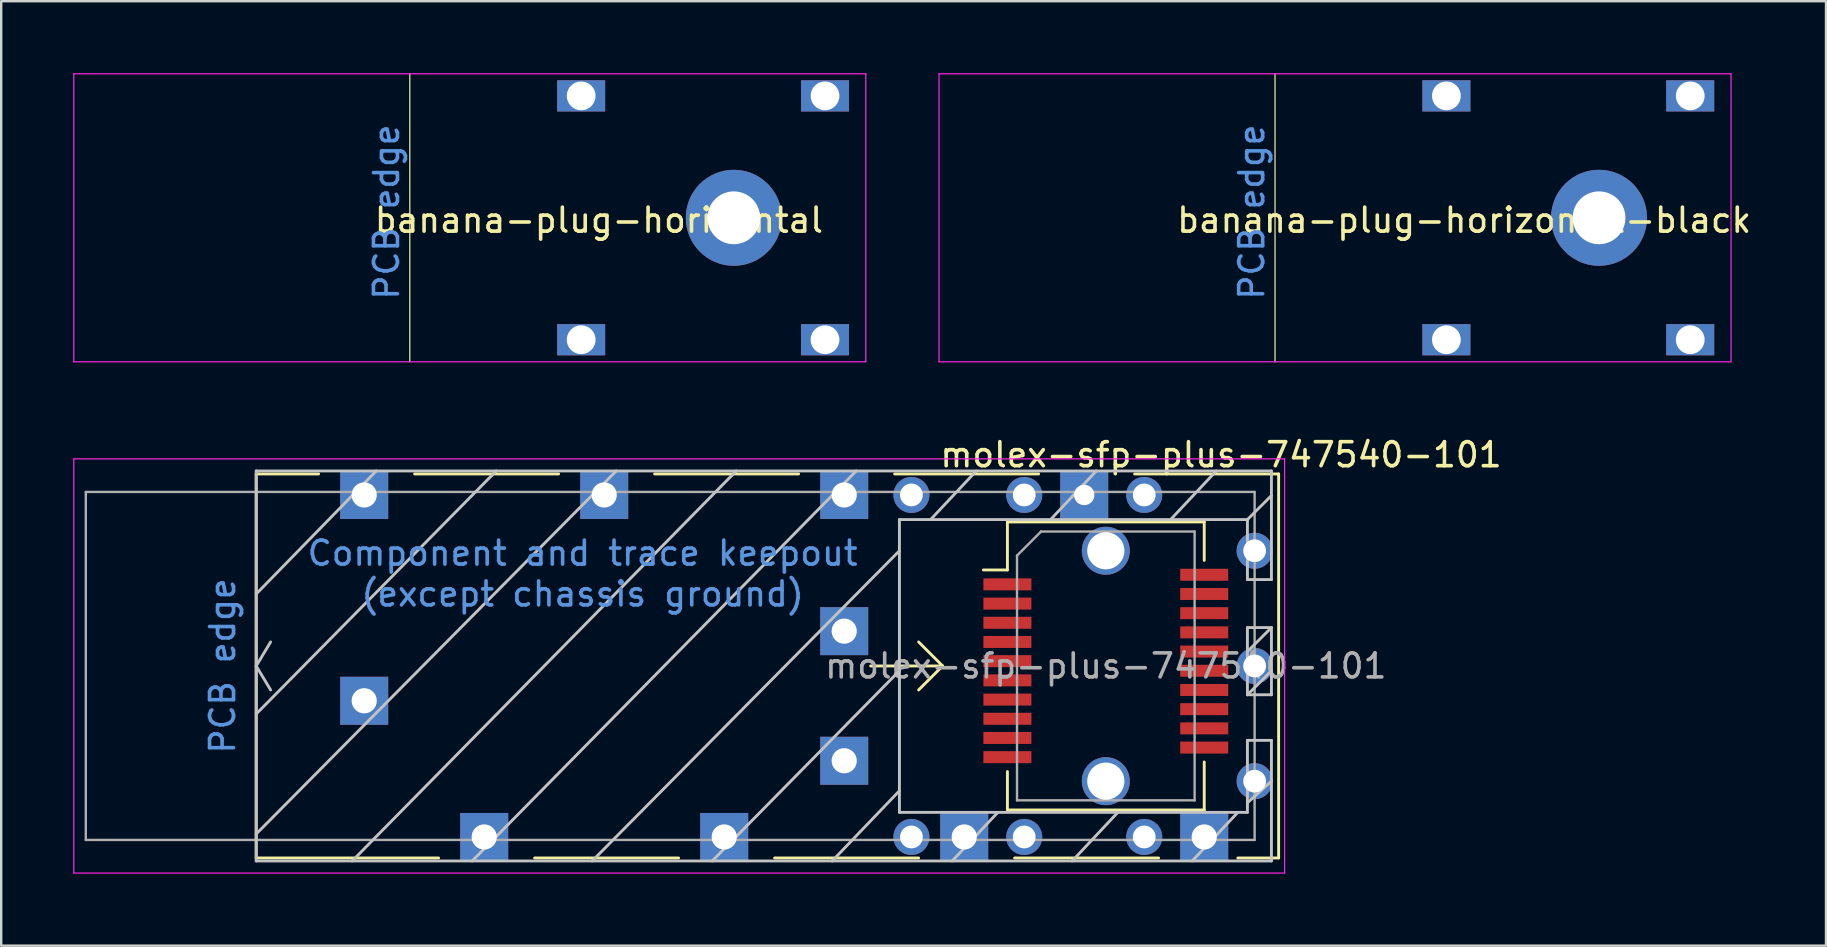
<source format=kicad_pcb>
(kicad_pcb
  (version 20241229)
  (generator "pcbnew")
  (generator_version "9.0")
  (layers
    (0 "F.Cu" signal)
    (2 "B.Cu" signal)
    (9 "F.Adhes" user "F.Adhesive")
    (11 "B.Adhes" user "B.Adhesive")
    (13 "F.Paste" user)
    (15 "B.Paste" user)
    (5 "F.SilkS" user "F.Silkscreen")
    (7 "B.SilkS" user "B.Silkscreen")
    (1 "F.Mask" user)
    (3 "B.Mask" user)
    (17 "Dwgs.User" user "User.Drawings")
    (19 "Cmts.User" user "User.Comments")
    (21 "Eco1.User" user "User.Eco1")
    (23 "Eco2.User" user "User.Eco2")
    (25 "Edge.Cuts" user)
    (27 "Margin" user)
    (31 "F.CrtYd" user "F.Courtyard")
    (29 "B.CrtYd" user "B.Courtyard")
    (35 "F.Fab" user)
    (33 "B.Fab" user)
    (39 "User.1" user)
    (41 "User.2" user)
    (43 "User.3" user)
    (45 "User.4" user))
  (footprint "molex-sfp-plus-747540-101"
    (layer "F.Cu")
    (at 49.225 24.698)
    (property "Reference" "molex-sfp-plus-747540-101" (at -1.4 -8.8 0) (layer "F.SilkS") (effects (font (size 1 1) (thickness 0.15))))
    (attr smd)
    (fp_line (start -41.6 8) (end -41.6 -8) (stroke (width 0.12) (type solid)) (layer "F.SilkS"))
    (fp_line (start -39 -8) (end -41.6 -8) (stroke (width 0.12) (type solid)) (layer "F.SilkS"))
    (fp_line (start -34 8) (end -41.6 8) (stroke (width 0.12) (type solid)) (layer "F.SilkS"))
    (fp_line (start -30 8) (end -24 8) (stroke (width 0.12) (type solid)) (layer "F.SilkS"))
    (fp_line (start -29 -8) (end -35 -8) (stroke (width 0.12) (type solid)) (layer "F.SilkS"))
    (fp_line (start -20 8) (end -14 8) (stroke (width 0.12) (type solid)) (layer "F.SilkS"))
    (fp_line (start -19 -8) (end -25 -8) (stroke (width 0.12) (type solid)) (layer "F.SilkS"))
    (fp_line (start -13 0) (end -16 0) (stroke (width 0.12) (type solid)) (layer "F.SilkS"))
    (fp_line (start -13 0) (end -14 -1) (stroke (width 0.12) (type solid)) (layer "F.SilkS"))
    (fp_line (start -13 0) (end -14 1) (stroke (width 0.12) (type solid)) (layer "F.SilkS"))
    (fp_line (start -10.3 -6) (end -10.3 -4) (stroke (width 0.12) (type solid)) (layer "F.SilkS"))
    (fp_line (start -10.3 -4) (end -11.3 -4) (stroke (width 0.12) (type solid)) (layer "F.SilkS"))
    (fp_line (start -10.3 4.4) (end -10.3 6) (stroke (width 0.12) (type solid)) (layer "F.SilkS"))
    (fp_line (start -10 8) (end -4 8) (stroke (width 0.12) (type solid)) (layer "F.SilkS"))
    (fp_line (start -9 -8) (end -15 -8) (stroke (width 0.12) (type solid)) (layer "F.SilkS"))
    (fp_line (start -2.1 -6) (end -10.3 -6) (stroke (width 0.12) (type solid)) (layer "F.SilkS"))
    (fp_line (start -2.1 -4.4) (end -2.1 -6) (stroke (width 0.12) (type solid)) (layer "F.SilkS"))
    (fp_line (start -2.1 4) (end -2.1 6) (stroke (width 0.12) (type solid)) (layer "F.SilkS"))
    (fp_line (start -2.1 6) (end -10.3 6) (stroke (width 0.12) (type solid)) (layer "F.SilkS"))
    (fp_line (start -0.7 8) (end 1 8) (stroke (width 0.12) (type solid)) (layer "F.SilkS"))
    (fp_line (start 1 -8) (end -5 -8) (stroke (width 0.12) (type solid)) (layer "F.SilkS"))
    (fp_line (start 1 8) (end 1 -8) (stroke (width 0.12) (type solid)) (layer "F.SilkS"))
    (fp_line (start -41.6 -8.125) (end 0.7 -8.125) (stroke (width 0.12) (type solid)) (layer "Dwgs.User"))
    (fp_line (start -41.6 0) (end -41 -1) (stroke (width 0.12) (type solid)) (layer "Dwgs.User"))
    (fp_line (start -41.6 8.125) (end -41.6 -8.125) (stroke (width 0.12) (type solid)) (layer "Dwgs.User"))
    (fp_line (start -41 1) (end -41.6 0) (stroke (width 0.12) (type solid)) (layer "Dwgs.User"))
    (fp_line (start -36.6 -8.125) (end -41.6 -3) (stroke (width 0.12) (type solid)) (layer "Dwgs.User"))
    (fp_line (start -31.6 -8.125) (end -41.6 2) (stroke (width 0.12) (type solid)) (layer "Dwgs.User"))
    (fp_line (start -27.6 8.125) (end -14.8 -4.8) (stroke (width 0.12) (type solid)) (layer "Dwgs.User"))
    (fp_line (start -26.6 -8.125) (end -41.6 7) (stroke (width 0.12) (type solid)) (layer "Dwgs.User"))
    (fp_line (start -22.6 8.125) (end -14.8 0.2) (stroke (width 0.12) (type solid)) (layer "Dwgs.User"))
    (fp_line (start -21.6 -8.125) (end -37.6 8.125) (stroke (width 0.12) (type solid)) (layer "Dwgs.User"))
    (fp_line (start -17.6 8.125) (end -14.8 5.2) (stroke (width 0.12) (type solid)) (layer "Dwgs.User"))
    (fp_line (start -16.6 -8.125) (end -32.6 8.125) (stroke (width 0.12) (type solid)) (layer "Dwgs.User"))
    (fp_line (start -14.8 -6.1) (end -14.8 6.1) (stroke (width 0.12) (type solid)) (layer "Dwgs.User"))
    (fp_line (start -14.8 6.1) (end -0.3 6.1) (stroke (width 0.12) (type solid)) (layer "Dwgs.User"))
    (fp_line (start -13.5 -6.1) (end -11.6 -8.125) (stroke (width 0.12) (type solid)) (layer "Dwgs.User"))
    (fp_line (start -12.6 8.125) (end -10.7 6.1) (stroke (width 0.12) (type solid)) (layer "Dwgs.User"))
    (fp_line (start -7.6 8.125) (end -5.7 6.1) (stroke (width 0.12) (type solid)) (layer "Dwgs.User"))
    (fp_line (start -6.6 -8.125) (end -8.5 -6.1) (stroke (width 0.12) (type solid)) (layer "Dwgs.User"))
    (fp_line (start -2.6 8.125) (end -0.7 6.1) (stroke (width 0.12) (type solid)) (layer "Dwgs.User"))
    (fp_line (start -1.6 -8.125) (end -3.5 -6.1) (stroke (width 0.12) (type solid)) (layer "Dwgs.User"))
    (fp_line (start -0.3 -6.1) (end -14.8 -6.1) (stroke (width 0.12) (type solid)) (layer "Dwgs.User"))
    (fp_line (start -0.3 -6.1) (end 0.7 -7.1) (stroke (width 0.12) (type solid)) (layer "Dwgs.User"))
    (fp_line (start -0.3 -3.6) (end -0.3 -6.1) (stroke (width 0.12) (type solid)) (layer "Dwgs.User"))
    (fp_line (start -0.3 -1.6) (end 0.7 -1.6) (stroke (width 0.12) (type solid)) (layer "Dwgs.User"))
    (fp_line (start -0.3 1.2) (end -0.3 -1.6) (stroke (width 0.12) (type solid)) (layer "Dwgs.User"))
    (fp_line (start -0.3 1.2) (end 0.7 0.2) (stroke (width 0.12) (type solid)) (layer "Dwgs.User"))
    (fp_line (start -0.3 3.1) (end 0.7 3.1) (stroke (width 0.12) (type solid)) (layer "Dwgs.User"))
    (fp_line (start -0.3 5.7) (end 0.7 4.8) (stroke (width 0.12) (type solid)) (layer "Dwgs.User"))
    (fp_line (start -0.3 6.1) (end -0.3 3.1) (stroke (width 0.12) (type solid)) (layer "Dwgs.User"))
    (fp_line (start 0.7 -8.125) (end 0.7 -3.6) (stroke (width 0.12) (type solid)) (layer "Dwgs.User"))
    (fp_line (start 0.7 -3.6) (end -0.3 -3.6) (stroke (width 0.12) (type solid)) (layer "Dwgs.User"))
    (fp_line (start 0.7 -1.6) (end -0.3 -0.6) (stroke (width 0.12) (type solid)) (layer "Dwgs.User"))
    (fp_line (start 0.7 -1.6) (end 0.7 1.2) (stroke (width 0.12) (type solid)) (layer "Dwgs.User"))
    (fp_line (start 0.7 1.2) (end -0.3 1.2) (stroke (width 0.12) (type solid)) (layer "Dwgs.User"))
    (fp_line (start 0.7 3.1) (end 0.7 8.125) (stroke (width 0.12) (type solid)) (layer "Dwgs.User"))
    (fp_line (start 0.7 8.125) (end -41.6 8.125) (stroke (width 0.12) (type solid)) (layer "Dwgs.User"))
    (fp_line (start -49.2 -8.63) (end -49.2 8.63) (stroke (width 0.05) (type solid)) (layer "F.CrtYd"))
    (fp_line (start -49.2 -8.63) (end 1.25 -8.63) (stroke (width 0.05) (type solid)) (layer "F.CrtYd"))
    (fp_line (start 1.25 8.63) (end -49.2 8.63) (stroke (width 0.05) (type solid)) (layer "F.CrtYd"))
    (fp_line (start 1.25 8.63) (end 1.25 -8.63) (stroke (width 0.05) (type solid)) (layer "F.CrtYd"))
    (fp_line (start -48.7 -7.25) (end -48.7 7.25) (stroke (width 0.1) (type solid)) (layer "F.Fab"))
    (fp_line (start -9.9 -4.6) (end -9.9 5.6) (stroke (width 0.1) (type solid)) (layer "F.Fab"))
    (fp_line (start -9.9 -4.6) (end -8.9 -5.6) (stroke (width 0.1) (type solid)) (layer "F.Fab"))
    (fp_line (start -2.5 -5.6) (end -8.9 -5.6) (stroke (width 0.1) (type solid)) (layer "F.Fab"))
    (fp_line (start -2.5 -5.6) (end -2.5 5.6) (stroke (width 0.1) (type solid)) (layer "F.Fab"))
    (fp_line (start -2.5 5.6) (end -9.9 5.6) (stroke (width 0.1) (type solid)) (layer "F.Fab"))
    (fp_line (start 0 -7.25) (end -48.7 -7.25) (stroke (width 0.1) (type solid)) (layer "F.Fab"))
    (fp_line (start 0 -7.25) (end 0 7.25) (stroke (width 0.1) (type solid)) (layer "F.Fab"))
    (fp_line (start 0 7.25) (end -48.7 7.25) (stroke (width 0.1) (type solid)) (layer "F.Fab"))
    (fp_text user "PCB edge" (at -43 0 90) (layer "Cmts.User") (effects (font (size 1 1) (thickness 0.15))))
    (fp_text user "(except chassis ground)" (at -28 -3 0) (layer "Cmts.User") (effects (font (size 1 1) (thickness 0.15))))
    (fp_text user "Component and trace keepout" (at -28 -4.7 0) (layer "Cmts.User") (effects (font (size 1 1) (thickness 0.15))))
    (fp_text user "${REFERENCE}" (at -6.2 0 0) (layer "F.Fab") (effects (font (size 1 1) (thickness 0.15))))
    (pad "" np_thru_hole circle (at -6.2 -4.8) (size 2 2) (drill 1.55) (layers "*.Cu" "*.Mask"))
    (pad "" np_thru_hole circle (at -6.2 4.8) (size 2 2) (drill 1.55) (layers "*.Cu" "*.Mask"))
    (pad "1" smd rect (at -10.3 -3.4) (size 2 0.5) (layers "F.Cu" "F.Mask" "F.Paste"))
    (pad "2" smd rect (at -10.3 -2.6) (size 2 0.5) (layers "F.Cu" "F.Mask" "F.Paste"))
    (pad "3" smd rect (at -10.3 -1.8) (size 2 0.5) (layers "F.Cu" "F.Mask" "F.Paste"))
    (pad "4" smd rect (at -10.3 -1) (size 2 0.5) (layers "F.Cu" "F.Mask" "F.Paste"))
    (pad "5" smd rect (at -10.3 -0.2) (size 2 0.5) (layers "F.Cu" "F.Mask" "F.Paste"))
    (pad "6" smd rect (at -10.3 0.6) (size 2 0.5) (layers "F.Cu" "F.Mask" "F.Paste"))
    (pad "7" smd rect (at -10.3 1.4) (size 2 0.5) (layers "F.Cu" "F.Mask" "F.Paste"))
    (pad "8" smd rect (at -10.3 2.2) (size 2 0.5) (layers "F.Cu" "F.Mask" "F.Paste"))
    (pad "9" smd rect (at -10.3 3) (size 2 0.5) (layers "F.Cu" "F.Mask" "F.Paste"))
    (pad "10" smd rect (at -10.3 3.8) (size 2 0.5) (layers "F.Cu" "F.Mask" "F.Paste"))
    (pad "11" smd rect (at -2.1 3.4) (size 2 0.5) (layers "F.Cu" "F.Mask" "F.Paste"))
    (pad "12" smd rect (at -2.1 2.6) (size 2 0.5) (layers "F.Cu" "F.Mask" "F.Paste"))
    (pad "13" smd rect (at -2.1 1.8) (size 2 0.5) (layers "F.Cu" "F.Mask" "F.Paste"))
    (pad "14" smd rect (at -2.1 1) (size 2 0.5) (layers "F.Cu" "F.Mask" "F.Paste"))
    (pad "15" smd rect (at -2.1 0.2) (size 2 0.5) (layers "F.Cu" "F.Mask" "F.Paste"))
    (pad "16" smd rect (at -2.1 -0.6) (size 2 0.5) (layers "F.Cu" "F.Mask" "F.Paste"))
    (pad "17" smd rect (at -2.1 -1.4) (size 2 0.5) (layers "F.Cu" "F.Mask" "F.Paste"))
    (pad "18" smd rect (at -2.1 -2.2) (size 2 0.5) (layers "F.Cu" "F.Mask" "F.Paste"))
    (pad "19" smd rect (at -2.1 -3) (size 2 0.5) (layers "F.Cu" "F.Mask" "F.Paste"))
    (pad "20" smd rect (at -2.1 -3.8) (size 2 0.5) (layers "F.Cu" "F.Mask" "F.Paste"))
    (pad "CAGE" thru_hole rect (at -37.1 -7.125) (size 2 2) (drill 1.05) (layers "*.Cu" "*.Mask"))
    (pad "CAGE" thru_hole rect (at -37.1 1.45) (size 2 2) (drill 1.05) (layers "*.Cu" "*.Mask"))
    (pad "CAGE" thru_hole rect (at -32.1 7.125) (size 2 2) (drill 1.05) (layers "*.Cu" "*.Mask"))
    (pad "CAGE" thru_hole rect (at -27.1 -7.125) (size 2 2) (drill 1.05) (layers "*.Cu" "*.Mask"))
    (pad "CAGE" thru_hole rect (at -22.1 7.125) (size 2 2) (drill 1.05) (layers "*.Cu" "*.Mask"))
    (pad "CAGE" thru_hole rect (at -17.1 -7.125) (size 2 2) (drill 1.05) (layers "*.Cu" "*.Mask"))
    (pad "CAGE" thru_hole rect (at -17.1 -1.45) (size 2 2) (drill 1.05) (layers "*.Cu" "*.Mask"))
    (pad "CAGE" thru_hole rect (at -17.1 3.95) (size 2 2) (drill 1.05) (layers "*.Cu" "*.Mask"))
    (pad "CAGE" thru_hole circle (at -14.3 -7.125) (size 1.5 1.5) (drill 0.95) (layers "*.Cu" "*.Mask"))
    (pad "CAGE" thru_hole circle (at -14.3 7.125) (size 1.5 1.5) (drill 0.95) (layers "*.Cu" "*.Mask"))
    (pad "CAGE" thru_hole rect (at -12.1 7.125) (size 2 2) (drill 1.05) (layers "*.Cu" "*.Mask"))
    (pad "CAGE" thru_hole circle (at -9.6 -7.125) (size 1.5 1.5) (drill 0.95) (layers "*.Cu" "*.Mask"))
    (pad "CAGE" thru_hole circle (at -9.6 7.125) (size 1.5 1.5) (drill 0.95) (layers "*.Cu" "*.Mask"))
    (pad "CAGE" thru_hole rect (at -7.1 -7.125) (size 2 2) (drill 0.85) (layers "*.Cu" "*.Mask"))
    (pad "CAGE" thru_hole circle (at -4.6 -7.125) (size 1.5 1.5) (drill 0.95) (layers "*.Cu" "*.Mask"))
    (pad "CAGE" thru_hole circle (at -4.6 7.125) (size 1.5 1.5) (drill 0.95) (layers "*.Cu" "*.Mask"))
    (pad "CAGE" thru_hole rect (at -2.1 7.125) (size 2 2) (drill 1.05) (layers "*.Cu" "*.Mask"))
    (pad "CAGE" thru_hole circle (at 0 -4.8) (size 1.5 1.5) (drill 0.95) (layers "*.Cu" "*.Mask"))
    (pad "CAGE" thru_hole circle (at 0 0) (size 1.5 1.5) (drill 0.95) (layers "*.Cu" "*.Mask"))
    (pad "CAGE" thru_hole circle (at 0 4.8) (size 1.5 1.5) (drill 0.95) (layers "*.Cu" "*.Mask")))
  (footprint "banana-plug-horizontal"
    (layer "F.Cu")
    (at 27.525 6.025)
    (property "Reference" "banana-plug-horizontal" (at -5.62 0.1 0) (layer "F.SilkS") (effects (font (size 1 1) (thickness 0.15))))
    (attr smd)
    (fp_line (start -13.5 -6) (end -13.5 6) (stroke (width 0.05) (type solid)) (layer "F.SilkS"))
    (fp_line (start -27.5 -6) (end -27.5 6) (stroke (width 0.05) (type solid)) (layer "F.CrtYd"))
    (fp_line (start -27.5 -6) (end 5.5 -6) (stroke (width 0.05) (type solid)) (layer "F.CrtYd"))
    (fp_line (start -27.5 6) (end 5.5 6) (stroke (width 0.05) (type solid)) (layer "F.CrtYd"))
    (fp_line (start 5.5 6) (end 5.5 -6) (stroke (width 0.05) (type solid)) (layer "F.CrtYd"))
    (fp_text user "PCB edge" (at -14.47 -0.24 90) (layer "Cmts.User") (effects (font (size 1 1) (thickness 0.15))))
    (pad "1" thru_hole rect (at -6.36 -5.08) (size 2 1.3) (drill 1.2) (layers "*.Cu" "*.Mask"))
    (pad "1" thru_hole rect (at -6.36 5.08) (size 2 1.3) (drill 1.2) (layers "*.Cu" "*.Mask"))
    (pad "1" thru_hole circle (at 0 0) (size 4 4) (drill 2.2) (layers "*.Cu" "*.Mask"))
    (pad "1" thru_hole rect (at 3.8 -5.08) (size 2 1.3) (drill 1.2) (layers "*.Cu" "*.Mask"))
    (pad "1" thru_hole rect (at 3.8 5.08) (size 2 1.3) (drill 1.2) (layers "*.Cu" "*.Mask")))
  (footprint "banana-plug-horizontal-black"
    (layer "F.Cu")
    (at 63.575 6.025)
    (property "Reference" "banana-plug-horizontal-black" (at -5.62 0.1 0) (layer "F.SilkS") (effects (font (size 1 1) (thickness 0.15))))
    (attr smd)
    (fp_line (start -13.5 -6) (end -13.5 6) (stroke (width 0.05) (type solid)) (layer "F.SilkS"))
    (fp_line (start -27.5 -6) (end -27.5 6) (stroke (width 0.05) (type solid)) (layer "F.CrtYd"))
    (fp_line (start -27.5 -6) (end 5.5 -6) (stroke (width 0.05) (type solid)) (layer "F.CrtYd"))
    (fp_line (start -27.5 6) (end 5.5 6) (stroke (width 0.05) (type solid)) (layer "F.CrtYd"))
    (fp_line (start 5.5 6) (end 5.5 -6) (stroke (width 0.05) (type solid)) (layer "F.CrtYd"))
    (fp_text user "PCB edge" (at -14.47 -0.24 90) (layer "Cmts.User") (effects (font (size 1 1) (thickness 0.15))))
    (pad "1" thru_hole rect (at -6.36 -5.08) (size 2 1.3) (drill 1.2) (layers "*.Cu" "*.Mask"))
    (pad "1" thru_hole rect (at -6.36 5.08) (size 2 1.3) (drill 1.2) (layers "*.Cu" "*.Mask"))
    (pad "1" thru_hole circle (at 0 0) (size 4 4) (drill 2.2) (layers "*.Cu" "*.Mask"))
    (pad "1" thru_hole rect (at 3.8 -5.08) (size 2 1.3) (drill 1.2) (layers "*.Cu" "*.Mask"))
    (pad "1" thru_hole rect (at 3.8 5.08) (size 2 1.3) (drill 1.2) (layers "*.Cu" "*.Mask")))
  (gr_rect
    (start -3 -3)
    (end 73.032 36.353)
    (stroke (width 0.1) (type default))
    (fill no)
    (layer "Edge.Cuts")))
</source>
